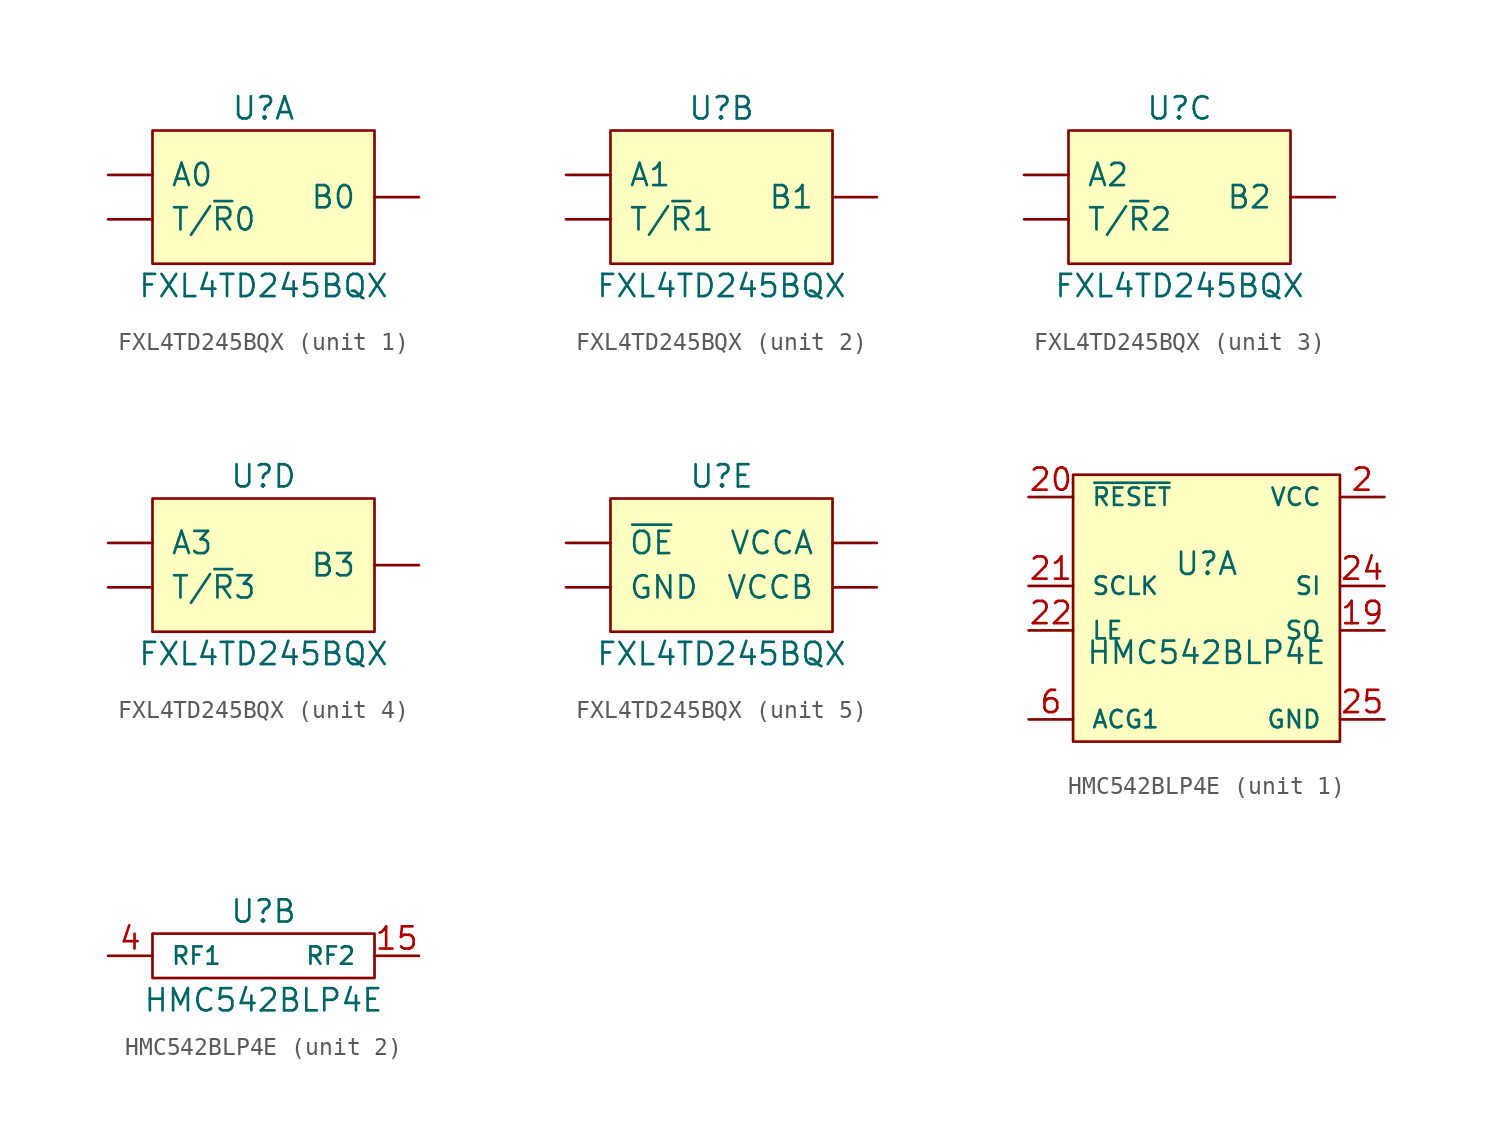
<source format=kicad_sym>
(kicad_symbol_lib
  (version 20201005)
  (generator kicad_symbol_editor)
  (symbol "lethalbit:FXL4TD245BQX"
    (pin_numbers hide)
    (pin_names
      (offset 1.016))
    (property "Reference" "U"
      (at 0 5.08 0)
      (effects (font (size 1.27 1.27))))
    (property "Value" "FXL4TD245BQX"
      (at 0 -5.08 0)
      (effects (font (size 1.27 1.27))))
    (property "ki_locked" ""
      (at 0 0 0)
      (effects (font (size 1.27 1.27))))
    (symbol "FXL4TD245BQX_1_1"
      (rectangle (start -6.35 3.81) (end 6.35 -3.81) (stroke (width 0.152)) (fill (type background)))
      (pin bidirectional line (at 8.89 0 180) (length 2.54) (name "B0" (effects (font (size 1.27 1.27)))) (number "14" (effects (font (size 1.27 1.27)))))
      (pin input line (at -8.89 -1.27 0) (length 2.54) (name "T/~R~0" (effects (font (size 1.27 1.27)))) (number "2" (effects (font (size 1.27 1.27)))))
      (pin bidirectional line (at -8.89 1.27 0) (length 2.54) (name "A0" (effects (font (size 1.27 1.27)))) (number "3" (effects (font (size 1.27 1.27))))))
    (symbol "FXL4TD245BQX_2_1"
      (rectangle (start -6.35 3.81) (end 6.35 -3.81) (stroke (width 0.152)) (fill (type background)))
      (pin bidirectional line (at 8.89 0 180) (length 2.54) (name "B1" (effects (font (size 1.27 1.27)))) (number "13" (effects (font (size 1.27 1.27)))))
      (pin input line (at -8.89 -1.27 0) (length 2.54) (name "T/~R~1" (effects (font (size 1.27 1.27)))) (number "15" (effects (font (size 1.27 1.27)))))
      (pin bidirectional line (at -8.89 1.27 0) (length 2.54) (name "A1" (effects (font (size 1.27 1.27)))) (number "4" (effects (font (size 1.27 1.27))))))
    (symbol "FXL4TD245BQX_3_1"
      (rectangle (start -6.35 3.81) (end 6.35 -3.81) (stroke (width 0.152)) (fill (type background)))
      (pin input line (at -8.89 -1.27 0) (length 2.54) (name "T/~R~2" (effects (font (size 1.27 1.27)))) (number "10" (effects (font (size 1.27 1.27)))))
      (pin bidirectional line (at 8.89 0 180) (length 2.54) (name "B2" (effects (font (size 1.27 1.27)))) (number "12" (effects (font (size 1.27 1.27)))))
      (pin bidirectional line (at -8.89 1.27 0) (length 2.54) (name "A2" (effects (font (size 1.27 1.27)))) (number "5" (effects (font (size 1.27 1.27))))))
    (symbol "FXL4TD245BQX_4_1"
      (rectangle (start -6.35 3.81) (end 6.35 -3.81) (stroke (width 0.152)) (fill (type background)))
      (pin bidirectional line (at 8.89 0 180) (length 2.54) (name "B3" (effects (font (size 1.27 1.27)))) (number "11" (effects (font (size 1.27 1.27)))))
      (pin bidirectional line (at -8.89 1.27 0) (length 2.54) (name "A3" (effects (font (size 1.27 1.27)))) (number "6" (effects (font (size 1.27 1.27)))))
      (pin input line (at -8.89 -1.27 0) (length 2.54) (name "T/~R~3" (effects (font (size 1.27 1.27)))) (number "7" (effects (font (size 1.27 1.27))))))
    (symbol "FXL4TD245BQX_5_1"
      (rectangle (start -6.35 3.81) (end 6.35 -3.81) (stroke (width 0.152)) (fill (type background)))
      (pin power_in line (at 8.89 1.27 180) (length 2.54) (name "VCCA" (effects (font (size 1.27 1.27)))) (number "1" (effects (font (size 1.27 1.27)))))
      (pin power_in line (at 8.89 -1.27 180) (length 2.54) (name "VCCB" (effects (font (size 1.27 1.27)))) (number "16" (effects (font (size 1.27 1.27)))))
      (pin passive line (at -8.89 -1.27 0) (length 2.54) (name "GND" (effects (font (size 1.27 1.27)))) (number "8" (effects (font (size 1.27 1.27)))))
      (pin input line (at -8.89 1.27 0) (length 2.54) (name "~OE" (effects (font (size 1.27 1.27)))) (number "9" (effects (font (size 1.27 1.27)))))
      (pin passive line (at -8.89 -1.27 0) (length 2.54) hide (name "GND" (effects (font (size 1.27 1.27)))) (number "EP" (effects (font (size 1.27 1.27)))))))
  (symbol "lethalbit:HMC542BLP4E"
    (pin_names
      (offset 1.016))
    (property "Reference" "U"
      (at 0 2.54 0)
      (effects (font (size 1.27 1.27))))
    (property "Value" "HMC542BLP4E"
      (at 0 -2.54 0)
      (effects (font (size 1.27 1.27))))
    (property "ki_locked" ""
      (at 0 0 0)
      (effects (font (size 1.27 1.27))))
    (symbol "HMC542BLP4E_1_1"
      (rectangle (start 7.62 7.62) (end -7.62 -7.62) (stroke (width 0)) (fill (type background)))
      (pin passive line (at 10.16 -6.35 180) (length 2.54) hide (name "GND" (effects (font (size 0.991 0.991)))) (number "1" (effects (font (size 1.27 1.27)))))
      (pin passive line (at -10.16 -6.35 0) (length 2.54) hide (name "ACG5" (effects (font (size 0.991 0.991)))) (number "10" (effects (font (size 1.27 1.27)))))
      (pin passive line (at -10.16 -6.35 0) (length 2.54) hide (name "ACG6" (effects (font (size 0.991 0.991)))) (number "11" (effects (font (size 1.27 1.27)))))
      (pin passive line (at 10.16 -6.35 180) (length 2.54) hide (name "GND" (effects (font (size 0.991 0.991)))) (number "12" (effects (font (size 1.27 1.27)))))
      (pin passive line (at -10.16 -6.35 0) (length 2.54) hide (name "ACG7" (effects (font (size 0.991 0.991)))) (number "13" (effects (font (size 1.27 1.27)))))
      (pin passive line (at 10.16 -6.35 180) (length 2.54) hide (name "GND" (effects (font (size 0.991 0.991)))) (number "14" (effects (font (size 1.27 1.27)))))
      (pin passive line (at 10.16 -6.35 180) (length 2.54) hide (name "GND" (effects (font (size 0.991 0.991)))) (number "16" (effects (font (size 1.27 1.27)))))
      (pin passive line (at 10.16 -6.35 180) (length 2.54) hide (name "GND" (effects (font (size 0.991 0.991)))) (number "17" (effects (font (size 1.27 1.27)))))
      (pin passive line (at 10.16 -6.35 180) (length 2.54) hide (name "GND" (effects (font (size 0.991 0.991)))) (number "18" (effects (font (size 1.27 1.27)))))
      (pin output line (at 10.16 -1.27 180) (length 2.54) (name "SO" (effects (font (size 0.991 0.991)))) (number "19" (effects (font (size 1.27 1.27)))))
      (pin power_in line (at 10.16 6.35 180) (length 2.54) (name "VCC" (effects (font (size 0.991 0.991)))) (number "2" (effects (font (size 1.27 1.27)))))
      (pin input line (at -10.16 6.35 0) (length 2.54) (name "~RESET" (effects (font (size 0.991 0.991)))) (number "20" (effects (font (size 1.27 1.27)))))
      (pin input line (at -10.16 1.27 0) (length 2.54) (name "SCLK" (effects (font (size 0.991 0.991)))) (number "21" (effects (font (size 1.27 1.27)))))
      (pin input line (at -10.16 -1.27 0) (length 2.54) (name "LE" (effects (font (size 0.991 0.991)))) (number "22" (effects (font (size 1.27 1.27)))))
      (pin passive line (at 10.16 -6.35 180) (length 2.54) hide (name "GND" (effects (font (size 0.991 0.991)))) (number "23" (effects (font (size 1.27 1.27)))))
      (pin input line (at 10.16 1.27 180) (length 2.54) (name "SI" (effects (font (size 0.991 0.991)))) (number "24" (effects (font (size 1.27 1.27)))))
      (pin passive line (at 10.16 -6.35 180) (length 2.54) (name "GND" (effects (font (size 0.991 0.991)))) (number "25" (effects (font (size 1.27 1.27)))))
      (pin passive line (at 10.16 -6.35 180) (length 2.54) hide (name "GND" (effects (font (size 0.991 0.991)))) (number "3" (effects (font (size 1.27 1.27)))))
      (pin passive line (at 10.16 -6.35 180) (length 2.54) hide (name "GND" (effects (font (size 0.991 0.991)))) (number "5" (effects (font (size 1.27 1.27)))))
      (pin passive line (at -10.16 -6.35 0) (length 2.54) (name "ACG1" (effects (font (size 0.991 0.991)))) (number "6" (effects (font (size 1.27 1.27)))))
      (pin passive line (at -10.16 -6.35 0) (length 2.54) hide (name "ACG2" (effects (font (size 0.991 0.991)))) (number "7" (effects (font (size 1.27 1.27)))))
      (pin passive line (at -10.16 -6.35 0) (length 2.54) hide (name "ACG3" (effects (font (size 0.991 0.991)))) (number "8" (effects (font (size 1.27 1.27)))))
      (pin passive line (at -10.16 -6.35 0) (length 2.54) hide (name "ACG4" (effects (font (size 0.991 0.991)))) (number "9" (effects (font (size 1.27 1.27))))))
    (symbol "HMC542BLP4E_2_1"
      (rectangle (start -6.35 1.27) (end 6.35 -1.27) (stroke (width 0)) (fill (type none)))
      (pin passive line (at 8.89 0 180) (length 2.54) (name "RF2" (effects (font (size 0.991 0.991)))) (number "15" (effects (font (size 1.27 1.27)))))
      (pin passive line (at -8.89 0 0) (length 2.54) (name "RF1" (effects (font (size 0.991 0.991)))) (number "4" (effects (font (size 1.27 1.27))))))))
</source>
